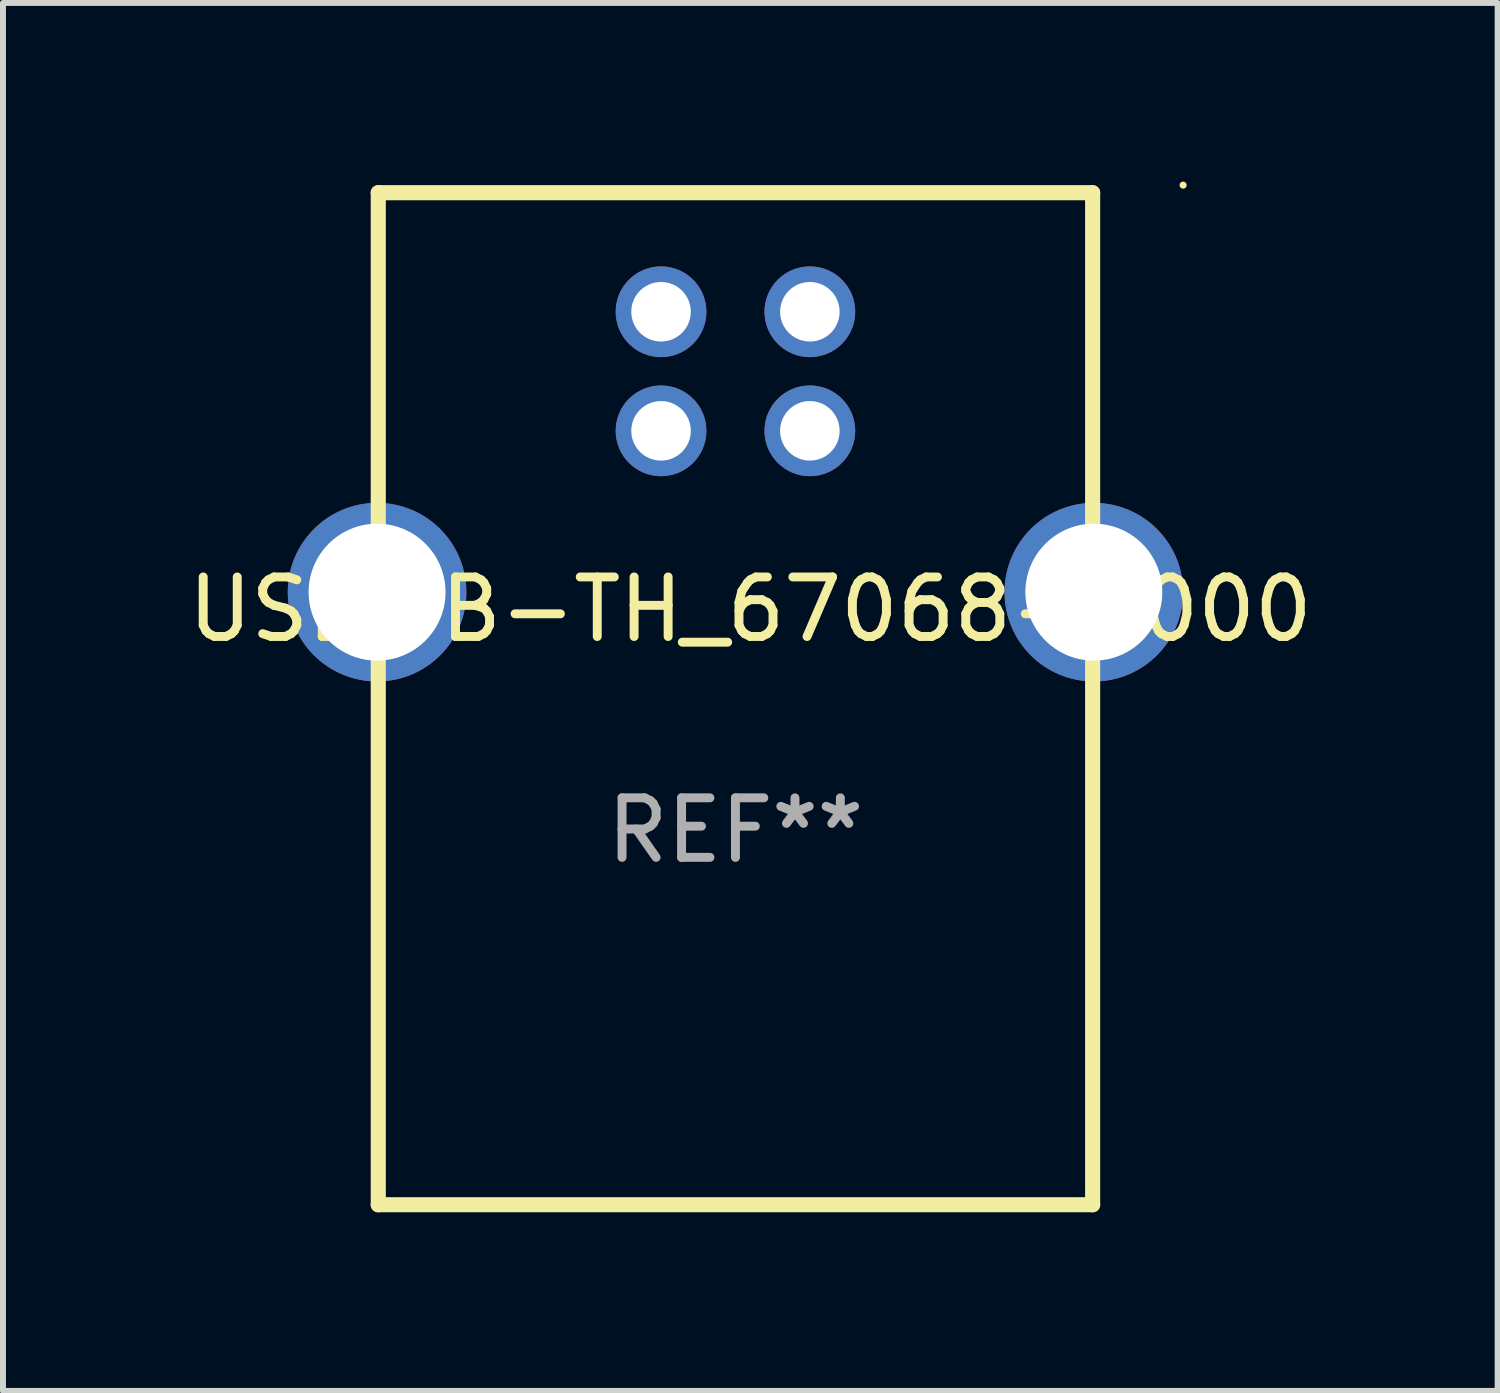
<source format=kicad_pcb>
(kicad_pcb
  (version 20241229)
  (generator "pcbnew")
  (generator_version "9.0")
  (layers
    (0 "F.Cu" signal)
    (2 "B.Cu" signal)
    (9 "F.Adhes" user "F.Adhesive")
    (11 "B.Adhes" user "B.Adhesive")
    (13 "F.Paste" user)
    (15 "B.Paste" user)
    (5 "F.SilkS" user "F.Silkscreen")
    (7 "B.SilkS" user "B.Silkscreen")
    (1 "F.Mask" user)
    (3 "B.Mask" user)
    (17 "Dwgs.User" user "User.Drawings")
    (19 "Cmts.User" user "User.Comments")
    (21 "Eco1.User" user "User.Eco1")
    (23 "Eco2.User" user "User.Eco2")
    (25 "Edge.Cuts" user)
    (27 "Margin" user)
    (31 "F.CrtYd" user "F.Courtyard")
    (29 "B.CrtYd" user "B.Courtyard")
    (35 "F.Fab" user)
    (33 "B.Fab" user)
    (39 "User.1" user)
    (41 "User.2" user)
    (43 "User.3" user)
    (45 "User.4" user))
  (footprint "USB-B-TH_67068-8000"
    (layer "F.Cu")
    (at 9.304 4.542)
    (property "Reference" "USB-B-TH_67068-8000" (at 0.25 2.645 0) (layer "F.SilkS") (effects (font (size 1 1) (thickness 0.15))))
    (attr through_hole)
    (fp_line (start -6 -4.355) (end -6 12.645) (stroke (width 0.254) (type solid)) (layer "F.SilkS"))
    (fp_line (start -6 12.645) (end 6 12.645) (stroke (width 0.254) (type solid)) (layer "F.SilkS"))
    (fp_line (start 6 -4.355) (end -6 -4.355) (stroke (width 0.254) (type solid)) (layer "F.SilkS"))
    (fp_line (start 6 12.645) (end 6 -4.355) (stroke (width 0.254) (type solid)) (layer "F.SilkS"))
    (fp_circle (center 7.52 -4.482) (end 7.55 -4.482) (stroke (width 0.06) (type solid)) (fill no) (layer "F.SilkS"))
    (fp_text user "REF**" (at 0 6.355 0) (layer "F.Fab") (effects (font (size 1 1) (thickness 0.15))))
    (pad "1" thru_hole circle (at 1.25 -2.355) (size 1.524 1.524) (drill 1) (layers "*.Cu" "*.Mask"))
    (pad "2" thru_hole circle (at -1.25 -2.355) (size 1.524 1.524) (drill 1) (layers "*.Cu" "*.Mask"))
    (pad "3" thru_hole circle (at -1.25 -0.355) (size 1.524 1.524) (drill 1) (layers "*.Cu" "*.Mask"))
    (pad "4" thru_hole circle (at 1.25 -0.355) (size 1.524 1.524) (drill 1) (layers "*.Cu" "*.Mask"))
    (pad "5" thru_hole circle (at 6.02 2.355) (size 3 3) (drill 2.3) (layers "*.Cu" "*.Mask"))
    (pad "6" thru_hole circle (at -6.02 2.355) (size 3 3) (drill 2.3) (layers "*.Cu" "*.Mask")))
  (gr_rect
    (start -3 -3)
    (end 22.107 20.314)
    (stroke (width 0.1) (type default))
    (fill no)
    (layer "Edge.Cuts")))
</source>
